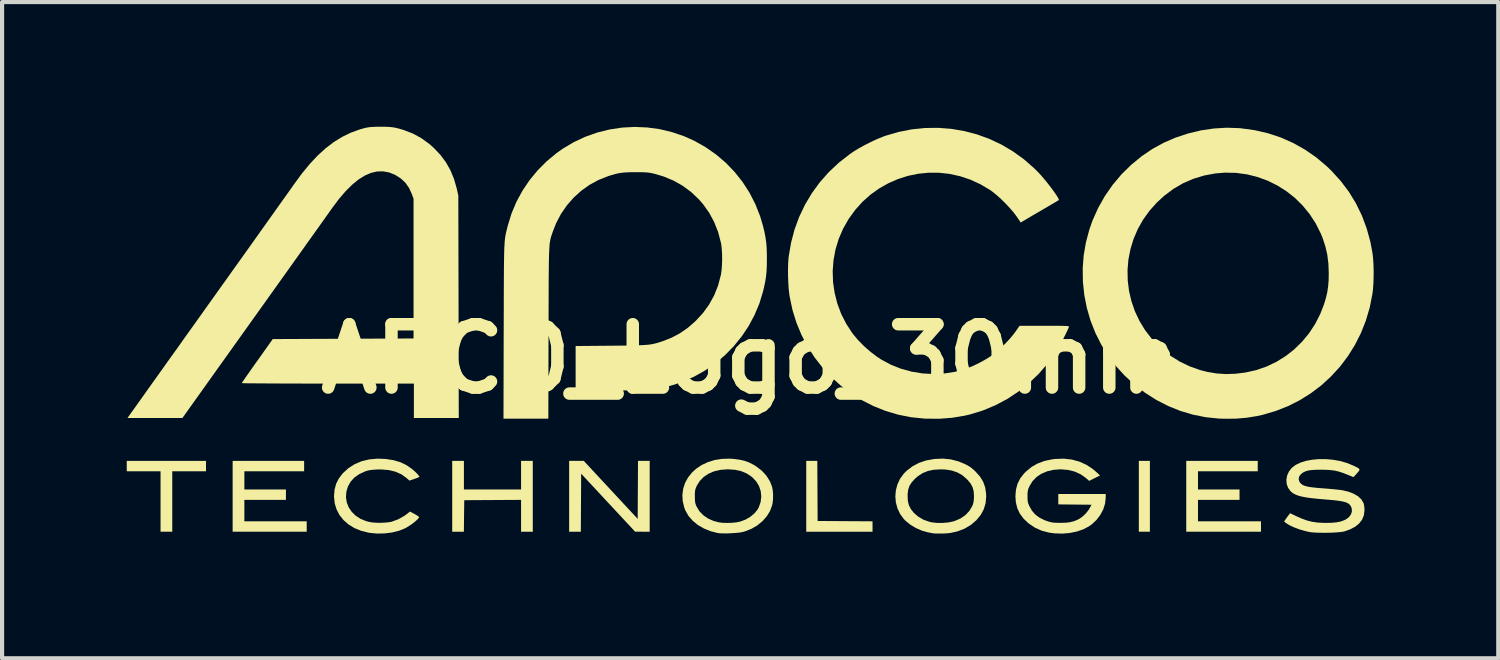
<source format=kicad_pcb>
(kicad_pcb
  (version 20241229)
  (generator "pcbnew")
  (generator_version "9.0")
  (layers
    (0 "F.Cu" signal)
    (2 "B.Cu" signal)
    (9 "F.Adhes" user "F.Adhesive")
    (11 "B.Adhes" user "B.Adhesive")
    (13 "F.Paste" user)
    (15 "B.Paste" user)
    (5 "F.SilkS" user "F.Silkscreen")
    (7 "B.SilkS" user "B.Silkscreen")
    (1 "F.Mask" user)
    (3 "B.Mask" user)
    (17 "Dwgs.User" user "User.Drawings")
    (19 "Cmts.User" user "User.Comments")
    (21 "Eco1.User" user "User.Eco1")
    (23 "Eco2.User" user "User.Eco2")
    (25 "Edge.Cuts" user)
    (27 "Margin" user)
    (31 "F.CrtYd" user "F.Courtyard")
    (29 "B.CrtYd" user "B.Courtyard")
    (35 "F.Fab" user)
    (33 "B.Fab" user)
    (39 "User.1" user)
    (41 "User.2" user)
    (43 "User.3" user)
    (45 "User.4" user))
  (footprint "APCO_Logo_30mm"
    (layer "F.Cu")
    (at 15.006 5.586)
    (property "Reference" "APCO_Logo_30mm" (at 0 0 0) (layer "F.SilkS") (effects (font (size 1.524 1.524) (thickness 0.3))))
    (attr board_only exclude_from_pos_files exclude_from_bom)
    (fp_poly (pts (xy 9.613 4.158) (xy 9.347 4.158) (xy 9.347 2.454) (xy 9.613 2.454)) (stroke (width 0) (type solid)) (fill yes) (layer "F.SilkS"))
    (fp_poly (pts (xy 1.618 3.9) (xy 2.939 3.908) (xy 2.939 4.158) (xy 1.344 4.158) (xy 1.344 2.454) (xy 1.61 2.454)) (stroke (width 0) (type solid)) (fill yes) (layer "F.SilkS"))
    (fp_poly (pts (xy -13.099 2.704) (xy -13.911 2.704) (xy -13.911 4.158) (xy -14.193 4.158) (xy -14.193 2.704) (xy -15.006 2.704) (xy -15.006 2.454) (xy -13.099 2.454)) (stroke (width 0) (type solid)) (fill yes) (layer "F.SilkS"))
    (fp_poly (pts (xy -10.738 2.704) (xy -12.176 2.704) (xy -12.176 3.142) (xy -11.176 3.142) (xy -11.176 3.392) (xy -12.176 3.392) (xy -12.176 3.908) (xy -10.676 3.908) (xy -10.676 4.158) (xy -12.458 4.158) (xy -12.458 2.454) (xy -10.738 2.454)) (stroke (width 0) (type solid)) (fill yes) (layer "F.SilkS"))
    (fp_poly (pts (xy 12.208 2.704) (xy 10.77 2.704) (xy 10.77 3.142) (xy 11.77 3.142) (xy 11.77 3.392) (xy 10.77 3.392) (xy 10.77 3.908) (xy 12.286 3.908) (xy 12.286 4.158) (xy 10.488 4.158) (xy 10.488 2.454) (xy 12.208 2.454)) (stroke (width 0) (type solid)) (fill yes) (layer "F.SilkS"))
    (fp_poly (pts (xy -6.893 3.142) (xy -5.518 3.142) (xy -5.518 2.454) (xy -5.236 2.454) (xy -5.236 4.158) (xy -5.518 4.158) (xy -5.518 3.392) (xy -6.885 3.4) (xy -6.89 3.779) (xy -6.894 4.158) (xy -7.175 4.158) (xy -7.175 2.454) (xy -6.893 2.454)) (stroke (width 0) (type solid)) (fill yes) (layer "F.SilkS"))
    (fp_poly (pts (xy -2.712 3.849) (xy -2.708 3.151) (xy -2.704 2.454) (xy -2.423 2.454) (xy -2.423 4.158) (xy -2.599 4.158) (xy -2.774 4.157) (xy -3.423 3.46) (xy -4.072 2.762) (xy -4.076 3.46) (xy -4.08 4.158) (xy -4.361 4.158) (xy -4.361 2.454) (xy -4.009 2.454)) (stroke (width 0) (type solid)) (fill yes) (layer "F.SilkS"))
    (fp_poly (pts (xy 7.734 2.422) (xy 7.918 2.472) (xy 8.089 2.55) (xy 8.247 2.656) (xy 8.311 2.711) (xy 8.413 2.804) (xy 8.152 2.935) (xy 8.075 2.867) (xy 7.948 2.777) (xy 7.803 2.711) (xy 7.641 2.671) (xy 7.465 2.657) (xy 7.462 2.657) (xy 7.294 2.669) (xy 7.14 2.705) (xy 7.003 2.763) (xy 6.886 2.842) (xy 6.79 2.941) (xy 6.717 3.059) (xy 6.717 3.06) (xy 6.692 3.116) (xy 6.678 3.163) (xy 6.67 3.212) (xy 6.668 3.276) (xy 6.668 3.306) (xy 6.669 3.381) (xy 6.675 3.437) (xy 6.688 3.484) (xy 6.709 3.536) (xy 6.71 3.538) (xy 6.774 3.651) (xy 6.853 3.743) (xy 6.951 3.817) (xy 7.073 3.878) (xy 7.137 3.902) (xy 7.195 3.92) (xy 7.247 3.933) (xy 7.301 3.94) (xy 7.368 3.944) (xy 7.456 3.945) (xy 7.583 3.942) (xy 7.688 3.93) (xy 7.78 3.907) (xy 7.866 3.873) (xy 7.911 3.85) (xy 7.993 3.794) (xy 8.072 3.718) (xy 8.139 3.633) (xy 8.167 3.587) (xy 8.208 3.509) (xy 7.409 3.501) (xy 7.409 3.251) (xy 8.55 3.251) (xy 8.55 3.334) (xy 8.535 3.479) (xy 8.491 3.62) (xy 8.42 3.754) (xy 8.326 3.877) (xy 8.211 3.984) (xy 8.145 4.03) (xy 8.01 4.101) (xy 7.855 4.154) (xy 7.684 4.189) (xy 7.505 4.204) (xy 7.322 4.198) (xy 7.185 4.18) (xy 7.007 4.133) (xy 6.843 4.058) (xy 6.695 3.959) (xy 6.575 3.845) (xy 6.485 3.725) (xy 6.423 3.595) (xy 6.388 3.452) (xy 6.377 3.306) (xy 6.39 3.147) (xy 6.428 3.005) (xy 6.493 2.875) (xy 6.587 2.755) (xy 6.634 2.708) (xy 6.767 2.599) (xy 6.915 2.515) (xy 7.079 2.455) (xy 7.264 2.416) (xy 7.332 2.408) (xy 7.539 2.4)) (stroke (width 0) (type solid)) (fill yes) (layer "F.SilkS"))
    (fp_poly (pts (xy -8.773 2.408) (xy -8.587 2.437) (xy -8.423 2.485) (xy -8.276 2.556) (xy -8.141 2.65) (xy -8.067 2.714) (xy -8.008 2.774) (xy -7.974 2.815) (xy -7.964 2.837) (xy -7.966 2.841) (xy -7.99 2.851) (xy -8.033 2.869) (xy -8.088 2.889) (xy -8.094 2.891) (xy -8.203 2.928) (xy -8.278 2.863) (xy -8.399 2.776) (xy -8.54 2.714) (xy -8.701 2.675) (xy -8.881 2.66) (xy -8.978 2.661) (xy -9.073 2.667) (xy -9.146 2.675) (xy -9.207 2.687) (xy -9.265 2.705) (xy -9.275 2.709) (xy -9.416 2.775) (xy -9.532 2.858) (xy -9.622 2.958) (xy -9.686 3.075) (xy -9.722 3.2) (xy -9.731 3.332) (xy -9.711 3.458) (xy -9.664 3.575) (xy -9.592 3.681) (xy -9.497 3.773) (xy -9.382 3.848) (xy -9.247 3.903) (xy -9.167 3.924) (xy -9.082 3.937) (xy -8.98 3.943) (xy -8.87 3.943) (xy -8.763 3.937) (xy -8.671 3.926) (xy -8.629 3.917) (xy -8.472 3.859) (xy -8.325 3.776) (xy -8.272 3.737) (xy -8.191 3.673) (xy -8.081 3.732) (xy -8.03 3.761) (xy -7.992 3.787) (xy -7.973 3.804) (xy -7.972 3.807) (xy -7.984 3.832) (xy -8.018 3.869) (xy -8.068 3.914) (xy -8.129 3.962) (xy -8.196 4.009) (xy -8.263 4.051) (xy -8.308 4.076) (xy -8.455 4.135) (xy -8.62 4.176) (xy -8.798 4.199) (xy -8.98 4.203) (xy -9.158 4.186) (xy -9.193 4.18) (xy -9.371 4.135) (xy -9.531 4.069) (xy -9.671 3.982) (xy -9.79 3.878) (xy -9.886 3.758) (xy -9.957 3.623) (xy -10.002 3.477) (xy -10.019 3.319) (xy -10.019 3.307) (xy -10.006 3.148) (xy -9.968 3.005) (xy -9.902 2.875) (xy -9.809 2.754) (xy -9.806 2.751) (xy -9.672 2.629) (xy -9.521 2.533) (xy -9.354 2.462) (xy -9.171 2.418) (xy -8.974 2.4)) (stroke (width 0) (type solid)) (fill yes) (layer "F.SilkS"))
    (fp_poly (pts (xy -0.397 2.407) (xy -0.261 2.425) (xy -0.146 2.451) (xy -0.043 2.487) (xy 0.058 2.537) (xy 0.141 2.587) (xy 0.276 2.691) (xy 0.387 2.812) (xy 0.471 2.948) (xy 0.522 3.078) (xy 0.538 3.161) (xy 0.546 3.261) (xy 0.545 3.367) (xy 0.535 3.467) (xy 0.523 3.524) (xy 0.472 3.661) (xy 0.393 3.789) (xy 0.29 3.905) (xy 0.167 4.006) (xy 0.027 4.088) (xy -0.128 4.149) (xy -0.188 4.166) (xy -0.25 4.177) (xy -0.335 4.186) (xy -0.432 4.193) (xy -0.533 4.198) (xy -0.631 4.199) (xy -0.715 4.197) (xy -0.778 4.191) (xy -0.784 4.19) (xy -0.961 4.145) (xy -1.122 4.079) (xy -1.266 3.995) (xy -1.389 3.893) (xy -1.49 3.777) (xy -1.564 3.648) (xy -1.592 3.576) (xy -1.629 3.418) (xy -1.635 3.306) (xy -1.336 3.306) (xy -1.335 3.382) (xy -1.331 3.438) (xy -1.322 3.482) (xy -1.306 3.527) (xy -1.291 3.559) (xy -1.225 3.668) (xy -1.133 3.762) (xy -1.019 3.84) (xy -0.887 3.899) (xy -0.762 3.932) (xy -0.669 3.944) (xy -0.56 3.947) (xy -0.446 3.944) (xy -0.338 3.933) (xy -0.252 3.916) (xy -0.123 3.87) (xy -0.007 3.803) (xy 0.093 3.722) (xy 0.17 3.628) (xy 0.202 3.572) (xy 0.247 3.441) (xy 0.262 3.31) (xy 0.248 3.18) (xy 0.207 3.058) (xy 0.138 2.945) (xy 0.043 2.846) (xy 0.013 2.822) (xy -0.101 2.75) (xy -0.224 2.7) (xy -0.363 2.669) (xy -0.521 2.658) (xy -0.553 2.657) (xy -0.721 2.67) (xy -0.875 2.706) (xy -1.01 2.764) (xy -1.127 2.843) (xy -1.222 2.943) (xy -1.286 3.046) (xy -1.309 3.097) (xy -1.324 3.138) (xy -1.332 3.182) (xy -1.336 3.237) (xy -1.336 3.306) (xy -1.635 3.306) (xy -1.636 3.266) (xy -1.616 3.12) (xy -1.571 2.982) (xy -1.501 2.855) (xy -1.41 2.74) (xy -1.299 2.638) (xy -1.169 2.552) (xy -1.023 2.484) (xy -0.862 2.434) (xy -0.688 2.406) (xy -0.503 2.4)) (stroke (width 0) (type solid)) (fill yes) (layer "F.SilkS"))
    (fp_poly (pts (xy 4.818 2.417) (xy 5.002 2.464) (xy 5.156 2.527) (xy 5.237 2.569) (xy 5.302 2.61) (xy 5.364 2.661) (xy 5.423 2.717) (xy 5.527 2.835) (xy 5.602 2.958) (xy 5.649 3.09) (xy 5.671 3.236) (xy 5.674 3.311) (xy 5.66 3.469) (xy 5.617 3.615) (xy 5.545 3.75) (xy 5.444 3.874) (xy 5.433 3.886) (xy 5.298 4) (xy 5.147 4.088) (xy 4.978 4.152) (xy 4.814 4.188) (xy 4.756 4.195) (xy 4.68 4.2) (xy 4.597 4.202) (xy 4.515 4.202) (xy 4.444 4.201) (xy 4.393 4.196) (xy 4.384 4.195) (xy 4.352 4.188) (xy 4.302 4.179) (xy 4.267 4.172) (xy 4.123 4.131) (xy 3.98 4.068) (xy 3.847 3.988) (xy 3.733 3.895) (xy 3.695 3.856) (xy 3.604 3.733) (xy 3.539 3.598) (xy 3.501 3.455) (xy 3.488 3.308) (xy 3.488 3.306) (xy 3.783 3.306) (xy 3.79 3.424) (xy 3.815 3.524) (xy 3.861 3.613) (xy 3.93 3.701) (xy 3.934 3.705) (xy 4.04 3.797) (xy 4.166 3.87) (xy 4.309 3.92) (xy 4.362 3.932) (xy 4.491 3.947) (xy 4.63 3.947) (xy 4.768 3.934) (xy 4.893 3.908) (xy 4.919 3.899) (xy 5.057 3.839) (xy 5.174 3.758) (xy 5.268 3.659) (xy 5.337 3.544) (xy 5.355 3.501) (xy 5.37 3.439) (xy 5.379 3.358) (xy 5.38 3.306) (xy 5.373 3.189) (xy 5.348 3.091) (xy 5.301 3.002) (xy 5.229 2.914) (xy 5.206 2.891) (xy 5.098 2.798) (xy 4.979 2.731) (xy 4.846 2.686) (xy 4.696 2.662) (xy 4.58 2.658) (xy 4.414 2.667) (xy 4.27 2.697) (xy 4.142 2.749) (xy 4.027 2.825) (xy 3.953 2.891) (xy 3.878 2.975) (xy 3.827 3.057) (xy 3.797 3.146) (xy 3.784 3.251) (xy 3.783 3.306) (xy 3.488 3.306) (xy 3.501 3.16) (xy 3.539 3.018) (xy 3.602 2.883) (xy 3.691 2.761) (xy 3.76 2.692) (xy 3.902 2.584) (xy 4.056 2.502) (xy 4.225 2.445) (xy 4.414 2.41) (xy 4.427 2.408) (xy 4.628 2.399)) (stroke (width 0) (type solid)) (fill yes) (layer "F.SilkS"))
    (fp_poly (pts (xy -8.792 -5.586) (xy -8.697 -5.582) (xy -8.615 -5.575) (xy -8.537 -5.561) (xy -8.454 -5.541) (xy -8.357 -5.512) (xy -8.339 -5.506) (xy -8.119 -5.422) (xy -7.914 -5.309) (xy -7.722 -5.169) (xy -7.617 -5.076) (xy -7.458 -4.908) (xy -7.326 -4.73) (xy -7.218 -4.539) (xy -7.132 -4.331) (xy -7.066 -4.101) (xy -7.062 -4.083) (xy -7.028 -3.931) (xy -7.022 -1.254) (xy -7.017 1.422) (xy -8.097 1.422) (xy -8.097 0.594) (xy -10.168 0.594) (xy -10.42 0.594) (xy -10.662 0.594) (xy -10.895 0.593) (xy -11.115 0.593) (xy -11.321 0.592) (xy -11.51 0.591) (xy -11.682 0.59) (xy -11.834 0.589) (xy -11.965 0.588) (xy -12.072 0.587) (xy -12.154 0.586) (xy -12.21 0.584) (xy -12.236 0.583) (xy -12.238 0.582) (xy -12.229 0.567) (xy -12.204 0.53) (xy -12.165 0.472) (xy -12.113 0.397) (xy -12.05 0.308) (xy -11.979 0.207) (xy -11.901 0.097) (xy -11.865 0.047) (xy -11.493 -0.477) (xy -8.105 -0.492) (xy -8.105 -3.853) (xy -8.145 -3.964) (xy -8.213 -4.113) (xy -8.301 -4.238) (xy -8.411 -4.341) (xy -8.544 -4.426) (xy -8.554 -4.431) (xy -8.695 -4.487) (xy -8.838 -4.513) (xy -8.982 -4.51) (xy -9.129 -4.476) (xy -9.277 -4.412) (xy -9.428 -4.318) (xy -9.581 -4.193) (xy -9.737 -4.038) (xy -9.897 -3.852) (xy -10.06 -3.635) (xy -10.067 -3.624) (xy -10.088 -3.595) (xy -10.126 -3.542) (xy -10.18 -3.466) (xy -10.249 -3.368) (xy -10.333 -3.25) (xy -10.43 -3.114) (xy -10.54 -2.96) (xy -10.661 -2.791) (xy -10.792 -2.606) (xy -10.934 -2.408) (xy -11.083 -2.198) (xy -11.241 -1.977) (xy -11.405 -1.747) (xy -11.575 -1.509) (xy -11.749 -1.265) (xy -11.924 -1.02) (xy -13.667 1.422) (xy -14.989 1.422) (xy -14.563 0.825) (xy -14.506 0.744) (xy -14.432 0.64) (xy -14.342 0.515) (xy -14.238 0.369) (xy -14.122 0.206) (xy -13.994 0.026) (xy -13.855 -0.168) (xy -13.708 -0.374) (xy -13.554 -0.591) (xy -13.393 -0.816) (xy -13.227 -1.049) (xy -13.058 -1.286) (xy -12.886 -1.527) (xy -12.714 -1.768) (xy -12.62 -1.899) (xy -12.454 -2.133) (xy -12.291 -2.361) (xy -12.132 -2.583) (xy -11.98 -2.797) (xy -11.834 -3.002) (xy -11.697 -3.195) (xy -11.568 -3.376) (xy -11.449 -3.543) (xy -11.341 -3.695) (xy -11.245 -3.83) (xy -11.162 -3.946) (xy -11.093 -4.043) (xy -11.039 -4.119) (xy -11.002 -4.172) (xy -10.983 -4.199) (xy -10.792 -4.46) (xy -10.602 -4.691) (xy -10.412 -4.894) (xy -10.219 -5.069) (xy -10.024 -5.218) (xy -9.823 -5.342) (xy -9.616 -5.443) (xy -9.401 -5.521) (xy -9.316 -5.545) (xy -9.254 -5.561) (xy -9.197 -5.572) (xy -9.139 -5.579) (xy -9.071 -5.583) (xy -8.985 -5.586) (xy -8.91 -5.586)) (stroke (width 0) (type solid)) (fill yes) (layer "F.SilkS"))
    (fp_poly (pts (xy 13.851 2.412) (xy 14.02 2.427) (xy 14.187 2.457) (xy 14.347 2.502) (xy 14.497 2.562) (xy 14.498 2.563) (xy 14.574 2.599) (xy 14.624 2.626) (xy 14.651 2.649) (xy 14.657 2.671) (xy 14.644 2.697) (xy 14.614 2.732) (xy 14.594 2.755) (xy 14.512 2.845) (xy 14.377 2.79) (xy 14.263 2.745) (xy 14.165 2.713) (xy 14.073 2.69) (xy 13.978 2.677) (xy 13.871 2.669) (xy 13.743 2.666) (xy 13.739 2.666) (xy 13.608 2.668) (xy 13.502 2.674) (xy 13.418 2.687) (xy 13.351 2.707) (xy 13.296 2.735) (xy 13.248 2.773) (xy 13.245 2.775) (xy 13.204 2.832) (xy 13.192 2.893) (xy 13.21 2.953) (xy 13.225 2.976) (xy 13.252 3.005) (xy 13.284 3.03) (xy 13.326 3.05) (xy 13.38 3.066) (xy 13.45 3.081) (xy 13.54 3.093) (xy 13.654 3.105) (xy 13.795 3.116) (xy 13.821 3.118) (xy 13.924 3.126) (xy 14.024 3.135) (xy 14.112 3.144) (xy 14.183 3.152) (xy 14.23 3.158) (xy 14.232 3.158) (xy 14.386 3.194) (xy 14.517 3.244) (xy 14.622 3.306) (xy 14.701 3.38) (xy 14.752 3.466) (xy 14.757 3.48) (xy 14.768 3.529) (xy 14.775 3.593) (xy 14.777 3.642) (xy 14.762 3.762) (xy 14.719 3.868) (xy 14.647 3.961) (xy 14.548 4.041) (xy 14.421 4.106) (xy 14.292 4.151) (xy 14.233 4.162) (xy 14.15 4.171) (xy 14.049 4.178) (xy 13.936 4.183) (xy 13.82 4.184) (xy 13.705 4.183) (xy 13.599 4.18) (xy 13.509 4.173) (xy 13.45 4.165) (xy 13.326 4.136) (xy 13.201 4.099) (xy 13.084 4.054) (xy 12.98 4.006) (xy 12.899 3.957) (xy 12.88 3.943) (xy 12.842 3.911) (xy 12.884 3.851) (xy 12.917 3.805) (xy 12.949 3.762) (xy 12.957 3.752) (xy 12.987 3.713) (xy 13.14 3.786) (xy 13.279 3.847) (xy 13.402 3.891) (xy 13.522 3.92) (xy 13.648 3.938) (xy 13.789 3.945) (xy 13.849 3.946) (xy 13.987 3.943) (xy 14.101 3.933) (xy 14.195 3.915) (xy 14.276 3.887) (xy 14.327 3.863) (xy 14.401 3.809) (xy 14.45 3.744) (xy 14.474 3.671) (xy 14.469 3.595) (xy 14.451 3.55) (xy 14.428 3.514) (xy 14.394 3.484) (xy 14.348 3.459) (xy 14.286 3.439) (xy 14.205 3.422) (xy 14.101 3.407) (xy 13.972 3.394) (xy 13.859 3.384) (xy 13.676 3.369) (xy 13.521 3.353) (xy 13.391 3.336) (xy 13.284 3.316) (xy 13.196 3.294) (xy 13.125 3.268) (xy 13.066 3.238) (xy 13.019 3.203) (xy 12.995 3.181) (xy 12.937 3.099) (xy 12.904 3.006) (xy 12.897 2.907) (xy 12.915 2.807) (xy 12.958 2.711) (xy 13.025 2.624) (xy 13.031 2.619) (xy 13.123 2.549) (xy 13.238 2.494) (xy 13.373 2.452) (xy 13.523 2.425) (xy 13.684 2.411)) (stroke (width 0) (type solid)) (fill yes) (layer "F.SilkS"))
    (fp_poly (pts (xy 11.77 -5.552) (xy 11.793 -5.55) (xy 12.127 -5.505) (xy 12.45 -5.431) (xy 12.761 -5.328) (xy 13.059 -5.196) (xy 13.343 -5.037) (xy 13.613 -4.851) (xy 13.867 -4.637) (xy 13.982 -4.526) (xy 14.205 -4.281) (xy 14.402 -4.019) (xy 14.572 -3.741) (xy 14.715 -3.447) (xy 14.83 -3.138) (xy 14.919 -2.815) (xy 14.969 -2.548) (xy 14.983 -2.427) (xy 14.992 -2.284) (xy 14.997 -2.128) (xy 14.996 -1.969) (xy 14.991 -1.813) (xy 14.981 -1.672) (xy 14.968 -1.564) (xy 14.903 -1.237) (xy 14.81 -0.922) (xy 14.691 -0.621) (xy 14.546 -0.335) (xy 14.378 -0.066) (xy 14.187 0.187) (xy 13.974 0.42) (xy 13.742 0.633) (xy 13.49 0.824) (xy 13.221 0.993) (xy 12.936 1.137) (xy 12.635 1.255) (xy 12.321 1.347) (xy 12.193 1.375) (xy 11.941 1.416) (xy 11.682 1.438) (xy 11.407 1.44) (xy 11.278 1.436) (xy 10.962 1.404) (xy 10.651 1.342) (xy 10.347 1.252) (xy 10.052 1.133) (xy 9.768 0.987) (xy 9.497 0.815) (xy 9.241 0.619) (xy 9.002 0.398) (xy 8.806 0.183) (xy 8.611 -0.073) (xy 8.442 -0.345) (xy 8.299 -0.63) (xy 8.183 -0.926) (xy 8.095 -1.23) (xy 8.034 -1.541) (xy 8.001 -1.856) (xy 7.997 -2.138) (xy 9.075 -2.138) (xy 9.08 -1.885) (xy 9.111 -1.634) (xy 9.169 -1.387) (xy 9.253 -1.145) (xy 9.363 -0.912) (xy 9.499 -0.689) (xy 9.661 -0.479) (xy 9.85 -0.283) (xy 9.897 -0.24) (xy 10.103 -0.078) (xy 10.329 0.063) (xy 10.569 0.179) (xy 10.819 0.268) (xy 11.001 0.314) (xy 11.225 0.351) (xy 11.446 0.365) (xy 11.672 0.357) (xy 11.911 0.328) (xy 12.17 0.27) (xy 12.419 0.184) (xy 12.656 0.071) (xy 12.879 -0.067) (xy 13.085 -0.228) (xy 13.273 -0.412) (xy 13.442 -0.616) (xy 13.588 -0.838) (xy 13.711 -1.078) (xy 13.802 -1.311) (xy 13.848 -1.463) (xy 13.881 -1.604) (xy 13.902 -1.745) (xy 13.914 -1.896) (xy 13.917 -2.063) (xy 13.908 -2.294) (xy 13.882 -2.506) (xy 13.835 -2.709) (xy 13.768 -2.912) (xy 13.723 -3.021) (xy 13.602 -3.262) (xy 13.456 -3.486) (xy 13.289 -3.69) (xy 13.103 -3.874) (xy 12.898 -4.035) (xy 12.678 -4.174) (xy 12.445 -4.289) (xy 12.2 -4.378) (xy 11.947 -4.441) (xy 11.686 -4.476) (xy 11.42 -4.482) (xy 11.189 -4.463) (xy 10.916 -4.412) (xy 10.657 -4.333) (xy 10.412 -4.227) (xy 10.18 -4.092) (xy 9.961 -3.928) (xy 9.785 -3.767) (xy 9.603 -3.564) (xy 9.448 -3.348) (xy 9.32 -3.12) (xy 9.219 -2.883) (xy 9.145 -2.639) (xy 9.096 -2.39) (xy 9.075 -2.138) (xy 7.997 -2.138) (xy 7.996 -2.174) (xy 8.02 -2.491) (xy 8.074 -2.805) (xy 8.157 -3.115) (xy 8.232 -3.329) (xy 8.368 -3.632) (xy 8.53 -3.919) (xy 8.718 -4.189) (xy 8.929 -4.44) (xy 9.163 -4.67) (xy 9.418 -4.879) (xy 9.675 -5.053) (xy 9.945 -5.201) (xy 10.231 -5.325) (xy 10.531 -5.424) (xy 10.838 -5.498) (xy 11.15 -5.544) (xy 11.463 -5.563)) (stroke (width 0) (type solid)) (fill yes) (layer "F.SilkS"))
    (fp_poly (pts (xy 4.84 -5.535) (xy 5.153 -5.481) (xy 5.459 -5.4) (xy 5.757 -5.291) (xy 6.045 -5.155) (xy 6.32 -4.992) (xy 6.582 -4.803) (xy 6.827 -4.589) (xy 6.93 -4.485) (xy 6.993 -4.418) (xy 7.059 -4.341) (xy 7.127 -4.259) (xy 7.194 -4.174) (xy 7.257 -4.09) (xy 7.314 -4.012) (xy 7.362 -3.942) (xy 7.398 -3.885) (xy 7.419 -3.844) (xy 7.423 -3.823) (xy 7.422 -3.822) (xy 7.408 -3.813) (xy 7.37 -3.79) (xy 7.311 -3.755) (xy 7.236 -3.711) (xy 7.147 -3.659) (xy 7.047 -3.601) (xy 7.01 -3.579) (xy 6.905 -3.518) (xy 6.807 -3.461) (xy 6.72 -3.409) (xy 6.647 -3.366) (xy 6.592 -3.334) (xy 6.559 -3.315) (xy 6.554 -3.312) (xy 6.505 -3.281) (xy 6.407 -3.427) (xy 6.337 -3.52) (xy 6.248 -3.624) (xy 6.147 -3.732) (xy 6.04 -3.838) (xy 5.933 -3.935) (xy 5.833 -4.017) (xy 5.776 -4.059) (xy 5.54 -4.2) (xy 5.297 -4.312) (xy 5.049 -4.395) (xy 4.796 -4.451) (xy 4.542 -4.479) (xy 4.288 -4.48) (xy 4.037 -4.455) (xy 3.79 -4.404) (xy 3.55 -4.327) (xy 3.319 -4.226) (xy 3.098 -4.101) (xy 2.89 -3.952) (xy 2.697 -3.78) (xy 2.522 -3.585) (xy 2.365 -3.368) (xy 2.231 -3.133) (xy 2.125 -2.887) (xy 2.048 -2.633) (xy 2 -2.374) (xy 1.98 -2.112) (xy 1.989 -1.849) (xy 2.027 -1.589) (xy 2.092 -1.333) (xy 2.184 -1.085) (xy 2.305 -0.847) (xy 2.452 -0.621) (xy 2.466 -0.602) (xy 2.586 -0.458) (xy 2.728 -0.313) (xy 2.884 -0.176) (xy 3.045 -0.053) (xy 3.15 0.016) (xy 3.38 0.139) (xy 3.623 0.236) (xy 3.877 0.306) (xy 4.137 0.349) (xy 4.401 0.364) (xy 4.665 0.351) (xy 4.926 0.31) (xy 5.18 0.24) (xy 5.204 0.231) (xy 5.337 0.178) (xy 5.481 0.11) (xy 5.625 0.033) (xy 5.758 -0.048) (xy 5.81 -0.083) (xy 5.914 -0.164) (xy 6.027 -0.264) (xy 6.14 -0.375) (xy 6.246 -0.489) (xy 6.338 -0.6) (xy 6.377 -0.653) (xy 6.478 -0.797) (xy 7.076 -0.797) (xy 7.229 -0.797) (xy 7.353 -0.797) (xy 7.451 -0.796) (xy 7.527 -0.795) (xy 7.583 -0.793) (xy 7.622 -0.791) (xy 7.647 -0.787) (xy 7.66 -0.783) (xy 7.665 -0.777) (xy 7.665 -0.77) (xy 7.665 -0.77) (xy 7.646 -0.723) (xy 7.615 -0.656) (xy 7.575 -0.573) (xy 7.529 -0.483) (xy 7.48 -0.391) (xy 7.432 -0.303) (xy 7.389 -0.225) (xy 7.352 -0.165) (xy 7.346 -0.156) (xy 7.152 0.113) (xy 6.936 0.361) (xy 6.701 0.586) (xy 6.448 0.788) (xy 6.179 0.965) (xy 5.896 1.115) (xy 5.6 1.239) (xy 5.293 1.334) (xy 5.158 1.366) (xy 4.858 1.416) (xy 4.549 1.44) (xy 4.225 1.438) (xy 4.189 1.436) (xy 3.869 1.404) (xy 3.557 1.342) (xy 3.256 1.253) (xy 2.965 1.137) (xy 2.688 0.996) (xy 2.425 0.832) (xy 2.177 0.645) (xy 1.947 0.437) (xy 1.736 0.21) (xy 1.545 -0.036) (xy 1.376 -0.298) (xy 1.23 -0.576) (xy 1.109 -0.868) (xy 1.014 -1.173) (xy 0.947 -1.489) (xy 0.937 -1.551) (xy 0.922 -1.682) (xy 0.912 -1.831) (xy 0.906 -1.989) (xy 0.905 -2.148) (xy 0.909 -2.298) (xy 0.918 -2.429) (xy 0.922 -2.464) (xy 0.978 -2.793) (xy 1.062 -3.112) (xy 1.175 -3.419) (xy 1.315 -3.712) (xy 1.481 -3.99) (xy 1.673 -4.253) (xy 1.889 -4.497) (xy 2.129 -4.722) (xy 2.391 -4.926) (xy 2.485 -4.991) (xy 2.604 -5.064) (xy 2.742 -5.14) (xy 2.89 -5.215) (xy 3.037 -5.284) (xy 3.175 -5.341) (xy 3.244 -5.367) (xy 3.561 -5.46) (xy 3.881 -5.523) (xy 4.202 -5.556) (xy 4.522 -5.56)) (stroke (width 0) (type solid)) (fill yes) (layer "F.SilkS"))
    (fp_poly (pts (xy -2.482 -5.569) (xy -2.182 -5.528) (xy -1.885 -5.457) (xy -1.595 -5.358) (xy -1.354 -5.25) (xy -1.08 -5.096) (xy -0.825 -4.918) (xy -0.59 -4.718) (xy -0.377 -4.496) (xy -0.187 -4.256) (xy -0.021 -3.998) (xy 0.12 -3.723) (xy 0.234 -3.435) (xy 0.304 -3.197) (xy 0.338 -3.059) (xy 0.362 -2.933) (xy 0.38 -2.811) (xy 0.391 -2.685) (xy 0.396 -2.545) (xy 0.397 -2.392) (xy 0.395 -2.234) (xy 0.388 -2.097) (xy 0.375 -1.972) (xy 0.355 -1.848) (xy 0.327 -1.716) (xy 0.304 -1.621) (xy 0.216 -1.332) (xy 0.099 -1.054) (xy -0.044 -0.788) (xy -0.212 -0.537) (xy -0.402 -0.303) (xy -0.613 -0.088) (xy -0.843 0.107) (xy -1.091 0.279) (xy -1.354 0.427) (xy -1.63 0.548) (xy -1.779 0.601) (xy -1.874 0.631) (xy -1.96 0.656) (xy -2.04 0.678) (xy -2.119 0.697) (xy -2.198 0.712) (xy -2.282 0.724) (xy -2.373 0.734) (xy -2.475 0.742) (xy -2.59 0.748) (xy -2.723 0.753) (xy -2.877 0.756) (xy -3.054 0.759) (xy -3.258 0.761) (xy -3.341 0.762) (xy -4.205 0.769) (xy -4.205 -0.31) (xy -3.365 -0.317) (xy -3.167 -0.319) (xy -2.998 -0.321) (xy -2.854 -0.323) (xy -2.731 -0.326) (xy -2.628 -0.33) (xy -2.541 -0.335) (xy -2.466 -0.341) (xy -2.402 -0.349) (xy -2.344 -0.359) (xy -2.289 -0.372) (xy -2.235 -0.386) (xy -2.178 -0.404) (xy -2.118 -0.423) (xy -1.897 -0.51) (xy -1.696 -0.616) (xy -1.507 -0.747) (xy -1.325 -0.905) (xy -1.321 -0.909) (xy -1.144 -1.1) (xy -0.995 -1.305) (xy -0.873 -1.526) (xy -0.779 -1.761) (xy -0.712 -2.012) (xy -0.708 -2.029) (xy -0.694 -2.129) (xy -0.684 -2.249) (xy -0.68 -2.38) (xy -0.681 -2.512) (xy -0.688 -2.637) (xy -0.7 -2.746) (xy -0.709 -2.796) (xy -0.777 -3.054) (xy -0.871 -3.292) (xy -0.989 -3.512) (xy -1.133 -3.716) (xy -1.237 -3.836) (xy -1.423 -4.013) (xy -1.626 -4.164) (xy -1.847 -4.289) (xy -2.086 -4.389) (xy -2.295 -4.451) (xy -2.358 -4.466) (xy -2.414 -4.477) (xy -2.469 -4.485) (xy -2.531 -4.489) (xy -2.606 -4.492) (xy -2.702 -4.493) (xy -2.751 -4.493) (xy -2.883 -4.492) (xy -2.992 -4.488) (xy -3.086 -4.48) (xy -3.172 -4.467) (xy -3.26 -4.446) (xy -3.357 -4.418) (xy -3.421 -4.398) (xy -3.652 -4.307) (xy -3.869 -4.189) (xy -4.07 -4.046) (xy -4.253 -3.88) (xy -4.416 -3.694) (xy -4.557 -3.489) (xy -4.674 -3.267) (xy -4.757 -3.055) (xy -4.77 -3.016) (xy -4.782 -2.981) (xy -4.793 -2.948) (xy -4.803 -2.915) (xy -4.811 -2.882) (xy -4.818 -2.845) (xy -4.825 -2.804) (xy -4.831 -2.757) (xy -4.835 -2.701) (xy -4.839 -2.636) (xy -4.843 -2.559) (xy -4.846 -2.469) (xy -4.848 -2.365) (xy -4.85 -2.243) (xy -4.851 -2.103) (xy -4.853 -1.943) (xy -4.854 -1.761) (xy -4.854 -1.556) (xy -4.855 -1.325) (xy -4.856 -1.068) (xy -4.856 -0.782) (xy -4.857 -0.629) (xy -4.862 1.438) (xy -5.941 1.438) (xy -5.936 -0.66) (xy -5.935 -0.964) (xy -5.934 -1.238) (xy -5.934 -1.484) (xy -5.933 -1.704) (xy -5.932 -1.9) (xy -5.931 -2.073) (xy -5.93 -2.226) (xy -5.928 -2.36) (xy -5.926 -2.477) (xy -5.924 -2.578) (xy -5.921 -2.666) (xy -5.917 -2.741) (xy -5.913 -2.807) (xy -5.908 -2.864) (xy -5.902 -2.915) (xy -5.895 -2.96) (xy -5.887 -3.003) (xy -5.878 -3.044) (xy -5.868 -3.086) (xy -5.857 -3.13) (xy -5.845 -3.178) (xy -5.836 -3.212) (xy -5.747 -3.501) (xy -5.629 -3.781) (xy -5.484 -4.048) (xy -5.313 -4.302) (xy -5.118 -4.538) (xy -4.901 -4.756) (xy -4.663 -4.953) (xy -4.51 -5.061) (xy -4.245 -5.218) (xy -3.968 -5.347) (xy -3.681 -5.448) (xy -3.386 -5.521) (xy -3.087 -5.566) (xy -2.785 -5.582)) (stroke (width 0) (type solid)) (fill yes) (layer "F.SilkS")))
  (gr_rect
    (start -3 -3)
    (end 33.002 12.79)
    (stroke (width 0.1) (type default))
    (fill no)
    (layer "Edge.Cuts")))
</source>
